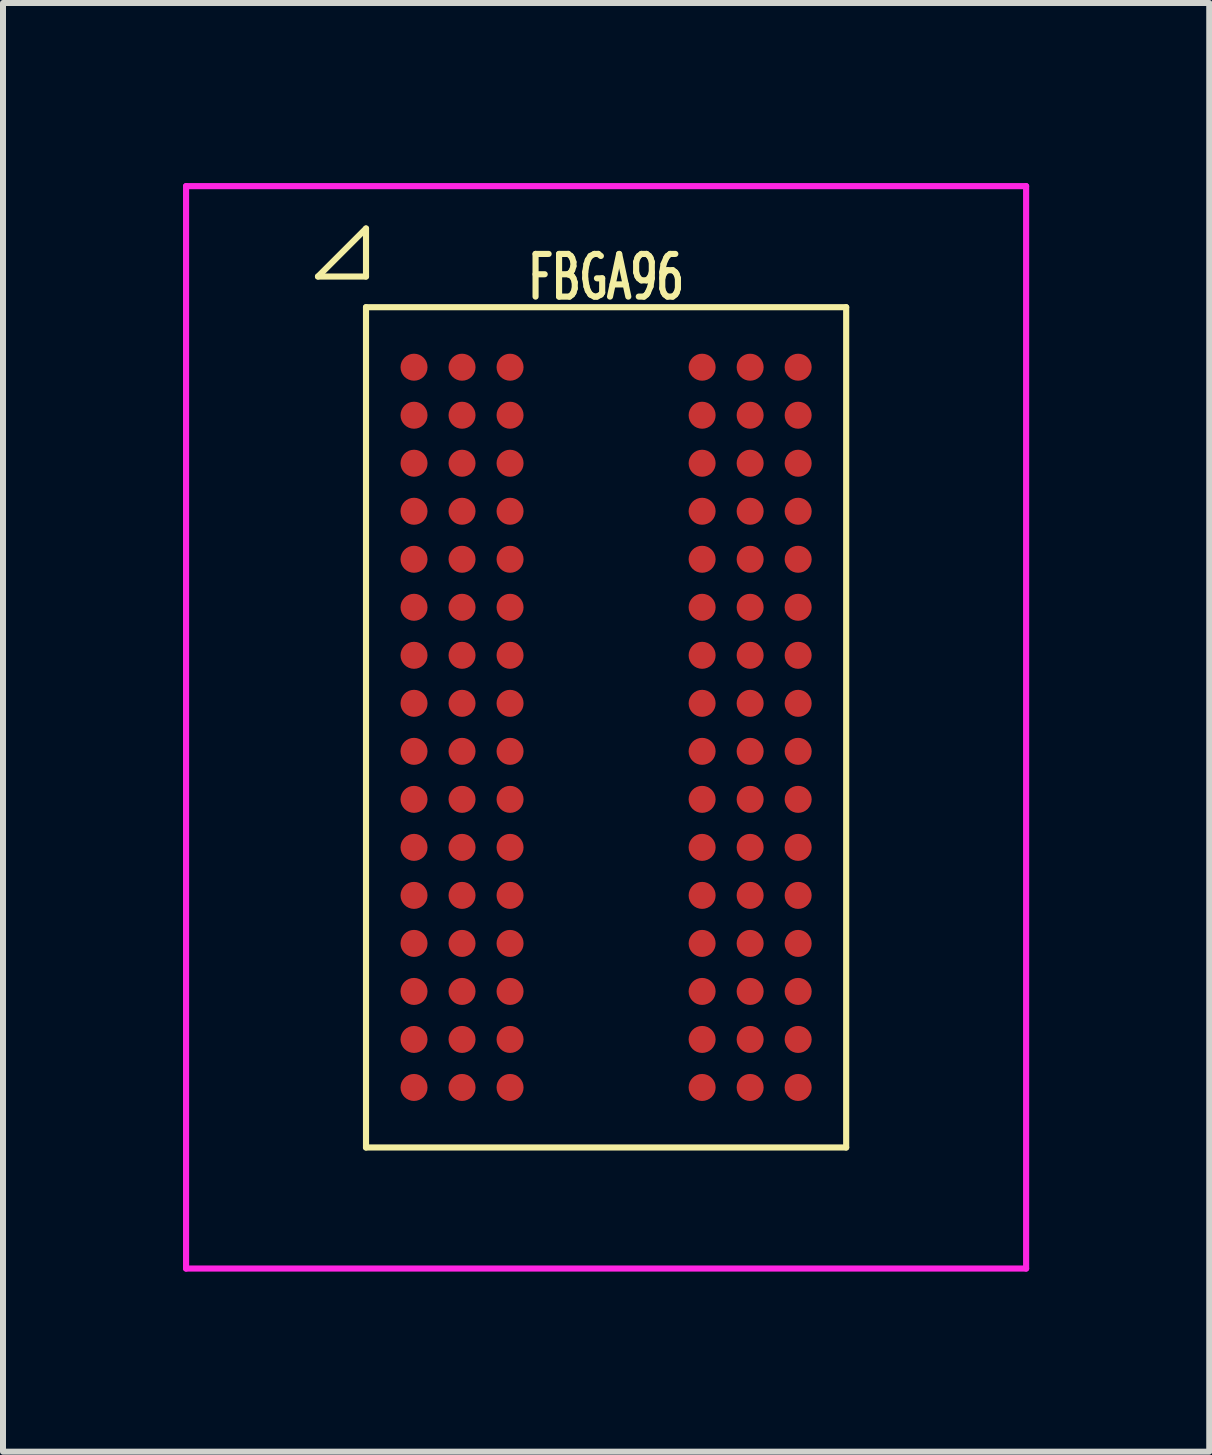
<source format=kicad_pcb>
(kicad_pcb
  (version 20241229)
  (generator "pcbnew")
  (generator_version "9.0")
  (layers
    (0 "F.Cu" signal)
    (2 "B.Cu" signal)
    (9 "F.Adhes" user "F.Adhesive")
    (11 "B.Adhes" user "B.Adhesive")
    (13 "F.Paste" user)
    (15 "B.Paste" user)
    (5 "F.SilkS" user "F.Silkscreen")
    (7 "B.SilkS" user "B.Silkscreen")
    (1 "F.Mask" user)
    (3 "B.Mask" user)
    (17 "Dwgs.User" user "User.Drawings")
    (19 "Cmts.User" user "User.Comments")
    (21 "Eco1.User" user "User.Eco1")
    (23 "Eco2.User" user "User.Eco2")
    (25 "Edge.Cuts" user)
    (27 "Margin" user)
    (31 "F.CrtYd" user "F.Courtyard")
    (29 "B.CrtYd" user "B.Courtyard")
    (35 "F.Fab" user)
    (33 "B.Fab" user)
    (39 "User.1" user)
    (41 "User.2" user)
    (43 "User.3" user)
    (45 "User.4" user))
  (footprint "FBGA96"
    (layer "F.Cu")
    (at 7.048 9.068)
    (property "Reference" "FBGA96" (at 0 -7.5 0) (layer "F.SilkS") (effects (font (size 0.711 0.457) (thickness 0.102))))
    (attr smd)
    (fp_line (start -4.8 -7.511) (end -4 -7.511) (stroke (width 0.102) (type solid)) (layer "F.SilkS"))
    (fp_line (start -4 -8.311) (end -4.8 -7.511) (stroke (width 0.102) (type solid)) (layer "F.SilkS"))
    (fp_line (start -4 -7.511) (end -4 -8.311) (stroke (width 0.102) (type solid)) (layer "F.SilkS"))
    (fp_line (start -4 -7) (end 4 -7) (stroke (width 0.102) (type solid)) (layer "F.SilkS"))
    (fp_line (start -4 7) (end -4 -7) (stroke (width 0.102) (type solid)) (layer "F.SilkS"))
    (fp_line (start 4 -7) (end 4 7) (stroke (width 0.102) (type solid)) (layer "F.SilkS"))
    (fp_line (start 4 7) (end -4 7) (stroke (width 0.102) (type solid)) (layer "F.SilkS"))
    (fp_line (start -6.998 9.017) (end -6.998 -9.017) (stroke (width 0.102) (type solid)) (layer "F.CrtYd"))
    (fp_line (start 6.998 -9.017) (end -6.998 -9.017) (stroke (width 0.102) (type solid)) (layer "F.CrtYd"))
    (fp_line (start 6.998 -9.017) (end 6.998 9.017) (stroke (width 0.102) (type solid)) (layer "F.CrtYd"))
    (fp_line (start 6.998 9.017) (end -6.998 9.017) (stroke (width 0.102) (type solid)) (layer "F.CrtYd"))
    (pad "A1" smd circle (at -3.2 -6) (size 0.45 0.45) (layers "F.Cu" "F.Mask" "F.Paste"))
    (pad "A2" smd circle (at -2.4 -6) (size 0.45 0.45) (layers "F.Cu" "F.Mask" "F.Paste"))
    (pad "A3" smd circle (at -1.6 -6) (size 0.45 0.45) (layers "F.Cu" "F.Mask" "F.Paste"))
    (pad "A7" smd circle (at 1.6 -6) (size 0.45 0.45) (layers "F.Cu" "F.Mask" "F.Paste"))
    (pad "A8" smd circle (at 2.4 -6) (size 0.45 0.45) (layers "F.Cu" "F.Mask" "F.Paste"))
    (pad "A9" smd circle (at 3.2 -6) (size 0.45 0.45) (layers "F.Cu" "F.Mask" "F.Paste"))
    (pad "B1" smd circle (at -3.2 -5.2) (size 0.45 0.45) (layers "F.Cu" "F.Mask" "F.Paste"))
    (pad "B2" smd circle (at -2.4 -5.2) (size 0.45 0.45) (layers "F.Cu" "F.Mask" "F.Paste"))
    (pad "B3" smd circle (at -1.6 -5.2) (size 0.45 0.45) (layers "F.Cu" "F.Mask" "F.Paste"))
    (pad "B7" smd circle (at 1.6 -5.2) (size 0.45 0.45) (layers "F.Cu" "F.Mask" "F.Paste"))
    (pad "B8" smd circle (at 2.4 -5.2) (size 0.45 0.45) (layers "F.Cu" "F.Mask" "F.Paste"))
    (pad "B9" smd circle (at 3.2 -5.2) (size 0.45 0.45) (layers "F.Cu" "F.Mask" "F.Paste"))
    (pad "C1" smd circle (at -3.2 -4.4) (size 0.45 0.45) (layers "F.Cu" "F.Mask" "F.Paste"))
    (pad "C2" smd circle (at -2.4 -4.4) (size 0.45 0.45) (layers "F.Cu" "F.Mask" "F.Paste"))
    (pad "C3" smd circle (at -1.6 -4.4) (size 0.45 0.45) (layers "F.Cu" "F.Mask" "F.Paste"))
    (pad "C7" smd circle (at 1.6 -4.4) (size 0.45 0.45) (layers "F.Cu" "F.Mask" "F.Paste"))
    (pad "C8" smd circle (at 2.4 -4.4) (size 0.45 0.45) (layers "F.Cu" "F.Mask" "F.Paste"))
    (pad "C9" smd circle (at 3.2 -4.4) (size 0.45 0.45) (layers "F.Cu" "F.Mask" "F.Paste"))
    (pad "D1" smd circle (at -3.2 -3.6) (size 0.45 0.45) (layers "F.Cu" "F.Mask" "F.Paste"))
    (pad "D2" smd circle (at -2.4 -3.6) (size 0.45 0.45) (layers "F.Cu" "F.Mask" "F.Paste"))
    (pad "D3" smd circle (at -1.6 -3.6) (size 0.45 0.45) (layers "F.Cu" "F.Mask" "F.Paste"))
    (pad "D7" smd circle (at 1.6 -3.6) (size 0.45 0.45) (layers "F.Cu" "F.Mask" "F.Paste"))
    (pad "D8" smd circle (at 2.4 -3.6) (size 0.45 0.45) (layers "F.Cu" "F.Mask" "F.Paste"))
    (pad "D9" smd circle (at 3.2 -3.6) (size 0.45 0.45) (layers "F.Cu" "F.Mask" "F.Paste"))
    (pad "E1" smd circle (at -3.2 -2.8) (size 0.45 0.45) (layers "F.Cu" "F.Mask" "F.Paste"))
    (pad "E2" smd circle (at -2.4 -2.8) (size 0.45 0.45) (layers "F.Cu" "F.Mask" "F.Paste"))
    (pad "E3" smd circle (at -1.6 -2.8) (size 0.45 0.45) (layers "F.Cu" "F.Mask" "F.Paste"))
    (pad "E7" smd circle (at 1.6 -2.8) (size 0.45 0.45) (layers "F.Cu" "F.Mask" "F.Paste"))
    (pad "E8" smd circle (at 2.4 -2.8) (size 0.45 0.45) (layers "F.Cu" "F.Mask" "F.Paste"))
    (pad "E9" smd circle (at 3.2 -2.8) (size 0.45 0.45) (layers "F.Cu" "F.Mask" "F.Paste"))
    (pad "F1" smd circle (at -3.2 -2) (size 0.45 0.45) (layers "F.Cu" "F.Mask" "F.Paste"))
    (pad "F2" smd circle (at -2.4 -2) (size 0.45 0.45) (layers "F.Cu" "F.Mask" "F.Paste"))
    (pad "F3" smd circle (at -1.6 -2) (size 0.45 0.45) (layers "F.Cu" "F.Mask" "F.Paste"))
    (pad "F7" smd circle (at 1.6 -2) (size 0.45 0.45) (layers "F.Cu" "F.Mask" "F.Paste"))
    (pad "F8" smd circle (at 2.4 -2) (size 0.45 0.45) (layers "F.Cu" "F.Mask" "F.Paste"))
    (pad "F9" smd circle (at 3.2 -2) (size 0.45 0.45) (layers "F.Cu" "F.Mask" "F.Paste"))
    (pad "G1" smd circle (at -3.2 -1.2) (size 0.45 0.45) (layers "F.Cu" "F.Mask" "F.Paste"))
    (pad "G2" smd circle (at -2.4 -1.2) (size 0.45 0.45) (layers "F.Cu" "F.Mask" "F.Paste"))
    (pad "G3" smd circle (at -1.6 -1.2) (size 0.45 0.45) (layers "F.Cu" "F.Mask" "F.Paste"))
    (pad "G7" smd circle (at 1.6 -1.2) (size 0.45 0.45) (layers "F.Cu" "F.Mask" "F.Paste"))
    (pad "G8" smd circle (at 2.4 -1.2) (size 0.45 0.45) (layers "F.Cu" "F.Mask" "F.Paste"))
    (pad "G9" smd circle (at 3.2 -1.2) (size 0.45 0.45) (layers "F.Cu" "F.Mask" "F.Paste"))
    (pad "H1" smd circle (at -3.2 -0.4) (size 0.45 0.45) (layers "F.Cu" "F.Mask" "F.Paste"))
    (pad "H2" smd circle (at -2.4 -0.4) (size 0.45 0.45) (layers "F.Cu" "F.Mask" "F.Paste"))
    (pad "H3" smd circle (at -1.6 -0.4) (size 0.45 0.45) (layers "F.Cu" "F.Mask" "F.Paste"))
    (pad "H7" smd circle (at 1.6 -0.4) (size 0.45 0.45) (layers "F.Cu" "F.Mask" "F.Paste"))
    (pad "H8" smd circle (at 2.4 -0.4) (size 0.45 0.45) (layers "F.Cu" "F.Mask" "F.Paste"))
    (pad "H9" smd circle (at 3.2 -0.4) (size 0.45 0.45) (layers "F.Cu" "F.Mask" "F.Paste"))
    (pad "J1" smd circle (at -3.2 0.4) (size 0.45 0.45) (layers "F.Cu" "F.Mask" "F.Paste"))
    (pad "J2" smd circle (at -2.4 0.4) (size 0.45 0.45) (layers "F.Cu" "F.Mask" "F.Paste"))
    (pad "J3" smd circle (at -1.6 0.4) (size 0.45 0.45) (layers "F.Cu" "F.Mask" "F.Paste"))
    (pad "J7" smd circle (at 1.6 0.4) (size 0.45 0.45) (layers "F.Cu" "F.Mask" "F.Paste"))
    (pad "J8" smd circle (at 2.4 0.4) (size 0.45 0.45) (layers "F.Cu" "F.Mask" "F.Paste"))
    (pad "J9" smd circle (at 3.2 0.4) (size 0.45 0.45) (layers "F.Cu" "F.Mask" "F.Paste"))
    (pad "K1" smd circle (at -3.2 1.2) (size 0.45 0.45) (layers "F.Cu" "F.Mask" "F.Paste"))
    (pad "K2" smd circle (at -2.4 1.2) (size 0.45 0.45) (layers "F.Cu" "F.Mask" "F.Paste"))
    (pad "K3" smd circle (at -1.6 1.2) (size 0.45 0.45) (layers "F.Cu" "F.Mask" "F.Paste"))
    (pad "K7" smd circle (at 1.6 1.2) (size 0.45 0.45) (layers "F.Cu" "F.Mask" "F.Paste"))
    (pad "K8" smd circle (at 2.4 1.2) (size 0.45 0.45) (layers "F.Cu" "F.Mask" "F.Paste"))
    (pad "K9" smd circle (at 3.2 1.2) (size 0.45 0.45) (layers "F.Cu" "F.Mask" "F.Paste"))
    (pad "L1" smd circle (at -3.2 2) (size 0.45 0.45) (layers "F.Cu" "F.Mask" "F.Paste"))
    (pad "L2" smd circle (at -2.4 2) (size 0.45 0.45) (layers "F.Cu" "F.Mask" "F.Paste"))
    (pad "L3" smd circle (at -1.6 2) (size 0.45 0.45) (layers "F.Cu" "F.Mask" "F.Paste"))
    (pad "L7" smd circle (at 1.6 2) (size 0.45 0.45) (layers "F.Cu" "F.Mask" "F.Paste"))
    (pad "L8" smd circle (at 2.4 2) (size 0.45 0.45) (layers "F.Cu" "F.Mask" "F.Paste"))
    (pad "L9" smd circle (at 3.2 2) (size 0.45 0.45) (layers "F.Cu" "F.Mask" "F.Paste"))
    (pad "M1" smd circle (at -3.2 2.8) (size 0.45 0.45) (layers "F.Cu" "F.Mask" "F.Paste"))
    (pad "M2" smd circle (at -2.4 2.8) (size 0.45 0.45) (layers "F.Cu" "F.Mask" "F.Paste"))
    (pad "M3" smd circle (at -1.6 2.8) (size 0.45 0.45) (layers "F.Cu" "F.Mask" "F.Paste"))
    (pad "M7" smd circle (at 1.6 2.8) (size 0.45 0.45) (layers "F.Cu" "F.Mask" "F.Paste"))
    (pad "M8" smd circle (at 2.4 2.8) (size 0.45 0.45) (layers "F.Cu" "F.Mask" "F.Paste"))
    (pad "M9" smd circle (at 3.2 2.8) (size 0.45 0.45) (layers "F.Cu" "F.Mask" "F.Paste"))
    (pad "N1" smd circle (at -3.2 3.6) (size 0.45 0.45) (layers "F.Cu" "F.Mask" "F.Paste"))
    (pad "N2" smd circle (at -2.4 3.6) (size 0.45 0.45) (layers "F.Cu" "F.Mask" "F.Paste"))
    (pad "N3" smd circle (at -1.6 3.6) (size 0.45 0.45) (layers "F.Cu" "F.Mask" "F.Paste"))
    (pad "N7" smd circle (at 1.6 3.6) (size 0.45 0.45) (layers "F.Cu" "F.Mask" "F.Paste"))
    (pad "N8" smd circle (at 2.4 3.6) (size 0.45 0.45) (layers "F.Cu" "F.Mask" "F.Paste"))
    (pad "N9" smd circle (at 3.2 3.6) (size 0.45 0.45) (layers "F.Cu" "F.Mask" "F.Paste"))
    (pad "P1" smd circle (at -3.2 4.4) (size 0.45 0.45) (layers "F.Cu" "F.Mask" "F.Paste"))
    (pad "P2" smd circle (at -2.4 4.4) (size 0.45 0.45) (layers "F.Cu" "F.Mask" "F.Paste"))
    (pad "P3" smd circle (at -1.6 4.4) (size 0.45 0.45) (layers "F.Cu" "F.Mask" "F.Paste"))
    (pad "P7" smd circle (at 1.6 4.4) (size 0.45 0.45) (layers "F.Cu" "F.Mask" "F.Paste"))
    (pad "P8" smd circle (at 2.4 4.4) (size 0.45 0.45) (layers "F.Cu" "F.Mask" "F.Paste"))
    (pad "P9" smd circle (at 3.2 4.4) (size 0.45 0.45) (layers "F.Cu" "F.Mask" "F.Paste"))
    (pad "R1" smd circle (at -3.2 5.2) (size 0.45 0.45) (layers "F.Cu" "F.Mask" "F.Paste"))
    (pad "R2" smd circle (at -2.4 5.2) (size 0.45 0.45) (layers "F.Cu" "F.Mask" "F.Paste"))
    (pad "R3" smd circle (at -1.6 5.2) (size 0.45 0.45) (layers "F.Cu" "F.Mask" "F.Paste"))
    (pad "R7" smd circle (at 1.6 5.2) (size 0.45 0.45) (layers "F.Cu" "F.Mask" "F.Paste"))
    (pad "R8" smd circle (at 2.4 5.2) (size 0.45 0.45) (layers "F.Cu" "F.Mask" "F.Paste"))
    (pad "R9" smd circle (at 3.2 5.2) (size 0.45 0.45) (layers "F.Cu" "F.Mask" "F.Paste"))
    (pad "T1" smd circle (at -3.2 6) (size 0.45 0.45) (layers "F.Cu" "F.Mask" "F.Paste"))
    (pad "T2" smd circle (at -2.4 6) (size 0.45 0.45) (layers "F.Cu" "F.Mask" "F.Paste"))
    (pad "T3" smd circle (at -1.6 6) (size 0.45 0.45) (layers "F.Cu" "F.Mask" "F.Paste"))
    (pad "T7" smd circle (at 1.6 6) (size 0.45 0.45) (layers "F.Cu" "F.Mask" "F.Paste"))
    (pad "T8" smd circle (at 2.4 6) (size 0.45 0.45) (layers "F.Cu" "F.Mask" "F.Paste"))
    (pad "T9" smd circle (at 3.2 6) (size 0.45 0.45) (layers "F.Cu" "F.Mask" "F.Paste")))
  (gr_rect
    (start -3 -3)
    (end 17.097 21.136)
    (stroke (width 0.1) (type default))
    (fill no)
    (layer "Edge.Cuts")))
</source>
